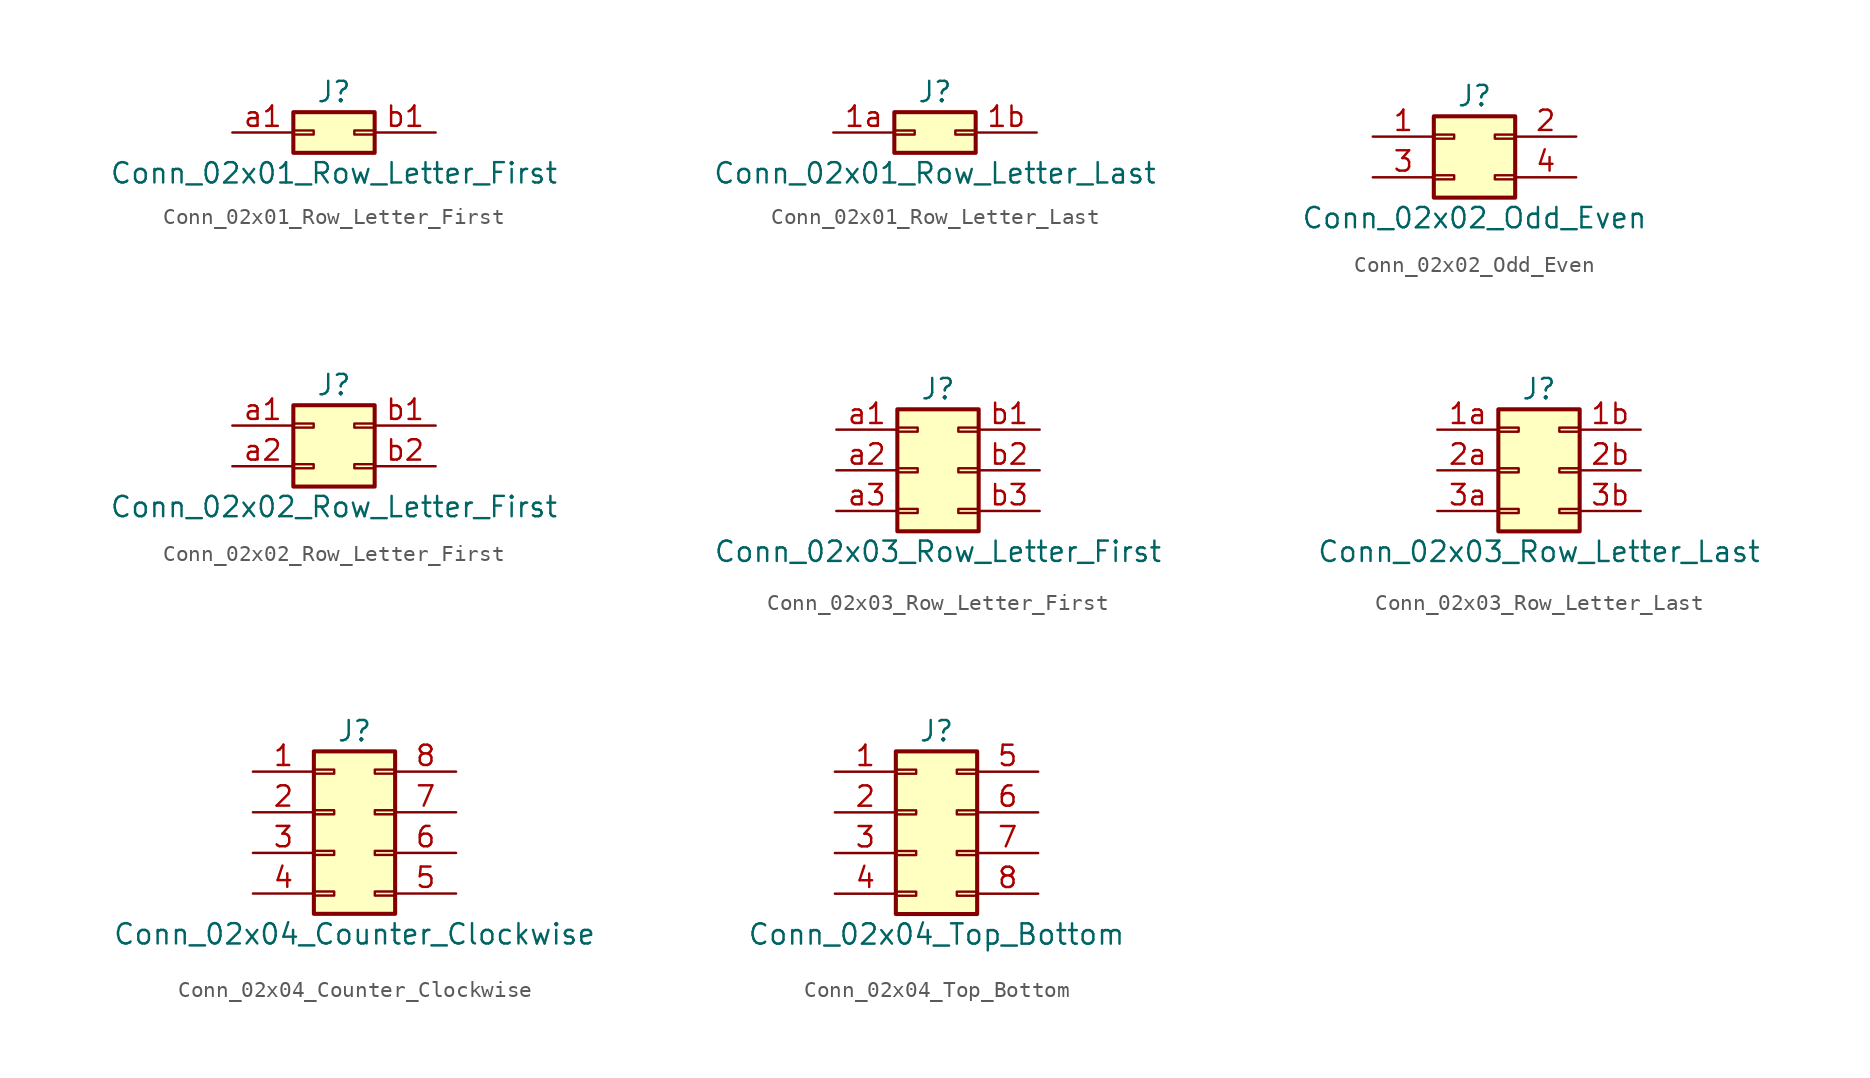
<source format=kicad_sym>
(kicad_symbol_lib
  (version 20201005)
  (generator kicad_symbol_editor)
  (symbol "Connector_Generic:Conn_02x01_Row_Letter_First"
    (pin_names
      (offset 1.016) hide)
    (property "Reference" "J"
      (at 1.27 2.54 0)
      (effects (font (size 1.27 1.27))))
    (property "Value" "Conn_02x01_Row_Letter_First"
      (at 1.27 -2.54 0)
      (effects (font (size 1.27 1.27))))
    (symbol "Conn_02x01_Row_Letter_First_1_1"
      (rectangle (start -1.27 0.127) (end 0 -0.127) (stroke (width 0.152)) (fill (type none)))
      (rectangle (start -1.27 1.27) (end 3.81 -1.27) (stroke (width 0.254)) (fill (type background)))
      (rectangle (start 3.81 0.127) (end 2.54 -0.127) (stroke (width 0.152)) (fill (type none)))
      (pin passive line (at -5.08 0 0) (length 3.81) (name "Pin_a1" (effects (font (size 1.27 1.27)))) (number "a1" (effects (font (size 1.27 1.27)))))
      (pin passive line (at 7.62 0 180) (length 3.81) (name "Pin_b1" (effects (font (size 1.27 1.27)))) (number "b1" (effects (font (size 1.27 1.27)))))))
  (symbol "Connector_Generic:Conn_02x01_Row_Letter_Last"
    (pin_names
      (offset 1.016) hide)
    (property "Reference" "J"
      (at 1.27 2.54 0)
      (effects (font (size 1.27 1.27))))
    (property "Value" "Conn_02x01_Row_Letter_Last"
      (at 1.27 -2.54 0)
      (effects (font (size 1.27 1.27))))
    (symbol "Conn_02x01_Row_Letter_Last_1_1"
      (rectangle (start -1.27 0.127) (end 0 -0.127) (stroke (width 0.152)) (fill (type none)))
      (rectangle (start -1.27 1.27) (end 3.81 -1.27) (stroke (width 0.254)) (fill (type background)))
      (rectangle (start 3.81 0.127) (end 2.54 -0.127) (stroke (width 0.152)) (fill (type none)))
      (pin passive line (at -5.08 0 0) (length 3.81) (name "Pin_1a" (effects (font (size 1.27 1.27)))) (number "1a" (effects (font (size 1.27 1.27)))))
      (pin passive line (at 7.62 0 180) (length 3.81) (name "Pin_1b" (effects (font (size 1.27 1.27)))) (number "1b" (effects (font (size 1.27 1.27)))))))
  (symbol "Connector_Generic:Conn_02x02_Odd_Even"
    (pin_names
      (offset 1.016) hide)
    (property "Reference" "J"
      (at 1.27 2.54 0)
      (effects (font (size 1.27 1.27))))
    (property "Value" "Conn_02x02_Odd_Even"
      (at 1.27 -5.08 0)
      (effects (font (size 1.27 1.27))))
    (symbol "Conn_02x02_Odd_Even_1_1"
      (rectangle (start -1.27 -2.413) (end 0 -2.667) (stroke (width 0.152)) (fill (type none)))
      (rectangle (start -1.27 0.127) (end 0 -0.127) (stroke (width 0.152)) (fill (type none)))
      (rectangle (start -1.27 1.27) (end 3.81 -3.81) (stroke (width 0.254)) (fill (type background)))
      (rectangle (start 3.81 -2.413) (end 2.54 -2.667) (stroke (width 0.152)) (fill (type none)))
      (rectangle (start 3.81 0.127) (end 2.54 -0.127) (stroke (width 0.152)) (fill (type none)))
      (pin passive line (at -5.08 0 0) (length 3.81) (name "Pin_1" (effects (font (size 1.27 1.27)))) (number "1" (effects (font (size 1.27 1.27)))))
      (pin passive line (at 7.62 0 180) (length 3.81) (name "Pin_2" (effects (font (size 1.27 1.27)))) (number "2" (effects (font (size 1.27 1.27)))))
      (pin passive line (at -5.08 -2.54 0) (length 3.81) (name "Pin_3" (effects (font (size 1.27 1.27)))) (number "3" (effects (font (size 1.27 1.27)))))
      (pin passive line (at 7.62 -2.54 180) (length 3.81) (name "Pin_4" (effects (font (size 1.27 1.27)))) (number "4" (effects (font (size 1.27 1.27)))))))
  (symbol "Connector_Generic:Conn_02x02_Row_Letter_First"
    (pin_names
      (offset 1.016) hide)
    (property "Reference" "J"
      (at 1.27 2.54 0)
      (effects (font (size 1.27 1.27))))
    (property "Value" "Conn_02x02_Row_Letter_First"
      (at 1.27 -5.08 0)
      (effects (font (size 1.27 1.27))))
    (symbol "Conn_02x02_Row_Letter_First_1_1"
      (rectangle (start -1.27 -2.413) (end 0 -2.667) (stroke (width 0.152)) (fill (type none)))
      (rectangle (start -1.27 0.127) (end 0 -0.127) (stroke (width 0.152)) (fill (type none)))
      (rectangle (start -1.27 1.27) (end 3.81 -3.81) (stroke (width 0.254)) (fill (type background)))
      (rectangle (start 3.81 -2.413) (end 2.54 -2.667) (stroke (width 0.152)) (fill (type none)))
      (rectangle (start 3.81 0.127) (end 2.54 -0.127) (stroke (width 0.152)) (fill (type none)))
      (pin passive line (at -5.08 0 0) (length 3.81) (name "Pin_a1" (effects (font (size 1.27 1.27)))) (number "a1" (effects (font (size 1.27 1.27)))))
      (pin passive line (at -5.08 -2.54 0) (length 3.81) (name "Pin_a2" (effects (font (size 1.27 1.27)))) (number "a2" (effects (font (size 1.27 1.27)))))
      (pin passive line (at 7.62 0 180) (length 3.81) (name "Pin_b1" (effects (font (size 1.27 1.27)))) (number "b1" (effects (font (size 1.27 1.27)))))
      (pin passive line (at 7.62 -2.54 180) (length 3.81) (name "Pin_b2" (effects (font (size 1.27 1.27)))) (number "b2" (effects (font (size 1.27 1.27)))))))
  (symbol "Connector_Generic:Conn_02x03_Row_Letter_First"
    (pin_names
      (offset 1.016) hide)
    (property "Reference" "J"
      (at 1.27 5.08 0)
      (effects (font (size 1.27 1.27))))
    (property "Value" "Conn_02x03_Row_Letter_First"
      (at 1.27 -5.08 0)
      (effects (font (size 1.27 1.27))))
    (symbol "Conn_02x03_Row_Letter_First_1_1"
      (rectangle (start -1.27 -2.413) (end 0 -2.667) (stroke (width 0.152)) (fill (type none)))
      (rectangle (start -1.27 2.667) (end 0 2.413) (stroke (width 0.152)) (fill (type none)))
      (rectangle (start -1.27 3.81) (end 3.81 -3.81) (stroke (width 0.254)) (fill (type background)))
      (rectangle (start -1.27 0.127) (end 0 -0.127) (stroke (width 0.152)) (fill (type none)))
      (rectangle (start 3.81 -2.413) (end 2.54 -2.667) (stroke (width 0.152)) (fill (type none)))
      (rectangle (start 3.81 2.667) (end 2.54 2.413) (stroke (width 0.152)) (fill (type none)))
      (rectangle (start 3.81 0.127) (end 2.54 -0.127) (stroke (width 0.152)) (fill (type none)))
      (pin passive line (at -5.08 2.54 0) (length 3.81) (name "Pin_a1" (effects (font (size 1.27 1.27)))) (number "a1" (effects (font (size 1.27 1.27)))))
      (pin passive line (at -5.08 0 0) (length 3.81) (name "Pin_a2" (effects (font (size 1.27 1.27)))) (number "a2" (effects (font (size 1.27 1.27)))))
      (pin passive line (at -5.08 -2.54 0) (length 3.81) (name "Pin_a3" (effects (font (size 1.27 1.27)))) (number "a3" (effects (font (size 1.27 1.27)))))
      (pin passive line (at 7.62 2.54 180) (length 3.81) (name "Pin_b1" (effects (font (size 1.27 1.27)))) (number "b1" (effects (font (size 1.27 1.27)))))
      (pin passive line (at 7.62 0 180) (length 3.81) (name "Pin_b2" (effects (font (size 1.27 1.27)))) (number "b2" (effects (font (size 1.27 1.27)))))
      (pin passive line (at 7.62 -2.54 180) (length 3.81) (name "Pin_b3" (effects (font (size 1.27 1.27)))) (number "b3" (effects (font (size 1.27 1.27)))))))
  (symbol "Connector_Generic:Conn_02x03_Row_Letter_Last"
    (pin_names
      (offset 1.016) hide)
    (property "Reference" "J"
      (at 1.27 5.08 0)
      (effects (font (size 1.27 1.27))))
    (property "Value" "Conn_02x03_Row_Letter_Last"
      (at 1.27 -5.08 0)
      (effects (font (size 1.27 1.27))))
    (symbol "Conn_02x03_Row_Letter_Last_1_1"
      (rectangle (start -1.27 -2.413) (end 0 -2.667) (stroke (width 0.152)) (fill (type none)))
      (rectangle (start -1.27 2.667) (end 0 2.413) (stroke (width 0.152)) (fill (type none)))
      (rectangle (start -1.27 3.81) (end 3.81 -3.81) (stroke (width 0.254)) (fill (type background)))
      (rectangle (start -1.27 0.127) (end 0 -0.127) (stroke (width 0.152)) (fill (type none)))
      (rectangle (start 3.81 -2.413) (end 2.54 -2.667) (stroke (width 0.152)) (fill (type none)))
      (rectangle (start 3.81 2.667) (end 2.54 2.413) (stroke (width 0.152)) (fill (type none)))
      (rectangle (start 3.81 0.127) (end 2.54 -0.127) (stroke (width 0.152)) (fill (type none)))
      (pin passive line (at -5.08 2.54 0) (length 3.81) (name "Pin_1a" (effects (font (size 1.27 1.27)))) (number "1a" (effects (font (size 1.27 1.27)))))
      (pin passive line (at 7.62 2.54 180) (length 3.81) (name "Pin_1b" (effects (font (size 1.27 1.27)))) (number "1b" (effects (font (size 1.27 1.27)))))
      (pin passive line (at -5.08 0 0) (length 3.81) (name "Pin_2a" (effects (font (size 1.27 1.27)))) (number "2a" (effects (font (size 1.27 1.27)))))
      (pin passive line (at 7.62 0 180) (length 3.81) (name "Pin_2b" (effects (font (size 1.27 1.27)))) (number "2b" (effects (font (size 1.27 1.27)))))
      (pin passive line (at -5.08 -2.54 0) (length 3.81) (name "Pin_3a" (effects (font (size 1.27 1.27)))) (number "3a" (effects (font (size 1.27 1.27)))))
      (pin passive line (at 7.62 -2.54 180) (length 3.81) (name "Pin_3b" (effects (font (size 1.27 1.27)))) (number "3b" (effects (font (size 1.27 1.27)))))))
  (symbol "Connector_Generic:Conn_02x04_Counter_Clockwise"
    (pin_names
      (offset 1.016) hide)
    (property "Reference" "J"
      (at 1.27 5.08 0)
      (effects (font (size 1.27 1.27))))
    (property "Value" "Conn_02x04_Counter_Clockwise"
      (at 1.27 -7.62 0)
      (effects (font (size 1.27 1.27))))
    (symbol "Conn_02x04_Counter_Clockwise_1_1"
      (rectangle (start -1.27 -4.953) (end 0 -5.207) (stroke (width 0.152)) (fill (type none)))
      (rectangle (start -1.27 -2.413) (end 0 -2.667) (stroke (width 0.152)) (fill (type none)))
      (rectangle (start -1.27 2.667) (end 0 2.413) (stroke (width 0.152)) (fill (type none)))
      (rectangle (start -1.27 3.81) (end 3.81 -6.35) (stroke (width 0.254)) (fill (type background)))
      (rectangle (start -1.27 0.127) (end 0 -0.127) (stroke (width 0.152)) (fill (type none)))
      (rectangle (start 3.81 -4.953) (end 2.54 -5.207) (stroke (width 0.152)) (fill (type none)))
      (rectangle (start 3.81 -2.413) (end 2.54 -2.667) (stroke (width 0.152)) (fill (type none)))
      (rectangle (start 3.81 2.667) (end 2.54 2.413) (stroke (width 0.152)) (fill (type none)))
      (rectangle (start 3.81 0.127) (end 2.54 -0.127) (stroke (width 0.152)) (fill (type none)))
      (pin passive line (at -5.08 2.54 0) (length 3.81) (name "Pin_1" (effects (font (size 1.27 1.27)))) (number "1" (effects (font (size 1.27 1.27)))))
      (pin passive line (at -5.08 0 0) (length 3.81) (name "Pin_2" (effects (font (size 1.27 1.27)))) (number "2" (effects (font (size 1.27 1.27)))))
      (pin passive line (at -5.08 -2.54 0) (length 3.81) (name "Pin_3" (effects (font (size 1.27 1.27)))) (number "3" (effects (font (size 1.27 1.27)))))
      (pin passive line (at -5.08 -5.08 0) (length 3.81) (name "Pin_4" (effects (font (size 1.27 1.27)))) (number "4" (effects (font (size 1.27 1.27)))))
      (pin passive line (at 7.62 -5.08 180) (length 3.81) (name "Pin_5" (effects (font (size 1.27 1.27)))) (number "5" (effects (font (size 1.27 1.27)))))
      (pin passive line (at 7.62 -2.54 180) (length 3.81) (name "Pin_6" (effects (font (size 1.27 1.27)))) (number "6" (effects (font (size 1.27 1.27)))))
      (pin passive line (at 7.62 0 180) (length 3.81) (name "Pin_7" (effects (font (size 1.27 1.27)))) (number "7" (effects (font (size 1.27 1.27)))))
      (pin passive line (at 7.62 2.54 180) (length 3.81) (name "Pin_8" (effects (font (size 1.27 1.27)))) (number "8" (effects (font (size 1.27 1.27)))))))
  (symbol "Connector_Generic:Conn_02x04_Top_Bottom"
    (pin_names
      (offset 1.016) hide)
    (property "Reference" "J"
      (at 1.27 5.08 0)
      (effects (font (size 1.27 1.27))))
    (property "Value" "Conn_02x04_Top_Bottom"
      (at 1.27 -7.62 0)
      (effects (font (size 1.27 1.27))))
    (symbol "Conn_02x04_Top_Bottom_1_1"
      (rectangle (start -1.27 -4.953) (end 0 -5.207) (stroke (width 0.152)) (fill (type none)))
      (rectangle (start -1.27 -2.413) (end 0 -2.667) (stroke (width 0.152)) (fill (type none)))
      (rectangle (start -1.27 2.667) (end 0 2.413) (stroke (width 0.152)) (fill (type none)))
      (rectangle (start -1.27 3.81) (end 3.81 -6.35) (stroke (width 0.254)) (fill (type background)))
      (rectangle (start -1.27 0.127) (end 0 -0.127) (stroke (width 0.152)) (fill (type none)))
      (rectangle (start 3.81 -4.953) (end 2.54 -5.207) (stroke (width 0.152)) (fill (type none)))
      (rectangle (start 3.81 -2.413) (end 2.54 -2.667) (stroke (width 0.152)) (fill (type none)))
      (rectangle (start 3.81 2.667) (end 2.54 2.413) (stroke (width 0.152)) (fill (type none)))
      (rectangle (start 3.81 0.127) (end 2.54 -0.127) (stroke (width 0.152)) (fill (type none)))
      (pin passive line (at -5.08 2.54 0) (length 3.81) (name "Pin_1" (effects (font (size 1.27 1.27)))) (number "1" (effects (font (size 1.27 1.27)))))
      (pin passive line (at -5.08 0 0) (length 3.81) (name "Pin_2" (effects (font (size 1.27 1.27)))) (number "2" (effects (font (size 1.27 1.27)))))
      (pin passive line (at -5.08 -2.54 0) (length 3.81) (name "Pin_3" (effects (font (size 1.27 1.27)))) (number "3" (effects (font (size 1.27 1.27)))))
      (pin passive line (at -5.08 -5.08 0) (length 3.81) (name "Pin_4" (effects (font (size 1.27 1.27)))) (number "4" (effects (font (size 1.27 1.27)))))
      (pin passive line (at 7.62 2.54 180) (length 3.81) (name "Pin_5" (effects (font (size 1.27 1.27)))) (number "5" (effects (font (size 1.27 1.27)))))
      (pin passive line (at 7.62 0 180) (length 3.81) (name "Pin_6" (effects (font (size 1.27 1.27)))) (number "6" (effects (font (size 1.27 1.27)))))
      (pin passive line (at 7.62 -2.54 180) (length 3.81) (name "Pin_7" (effects (font (size 1.27 1.27)))) (number "7" (effects (font (size 1.27 1.27)))))
      (pin passive line (at 7.62 -5.08 180) (length 3.81) (name "Pin_8" (effects (font (size 1.27 1.27)))) (number "8" (effects (font (size 1.27 1.27))))))))
</source>
